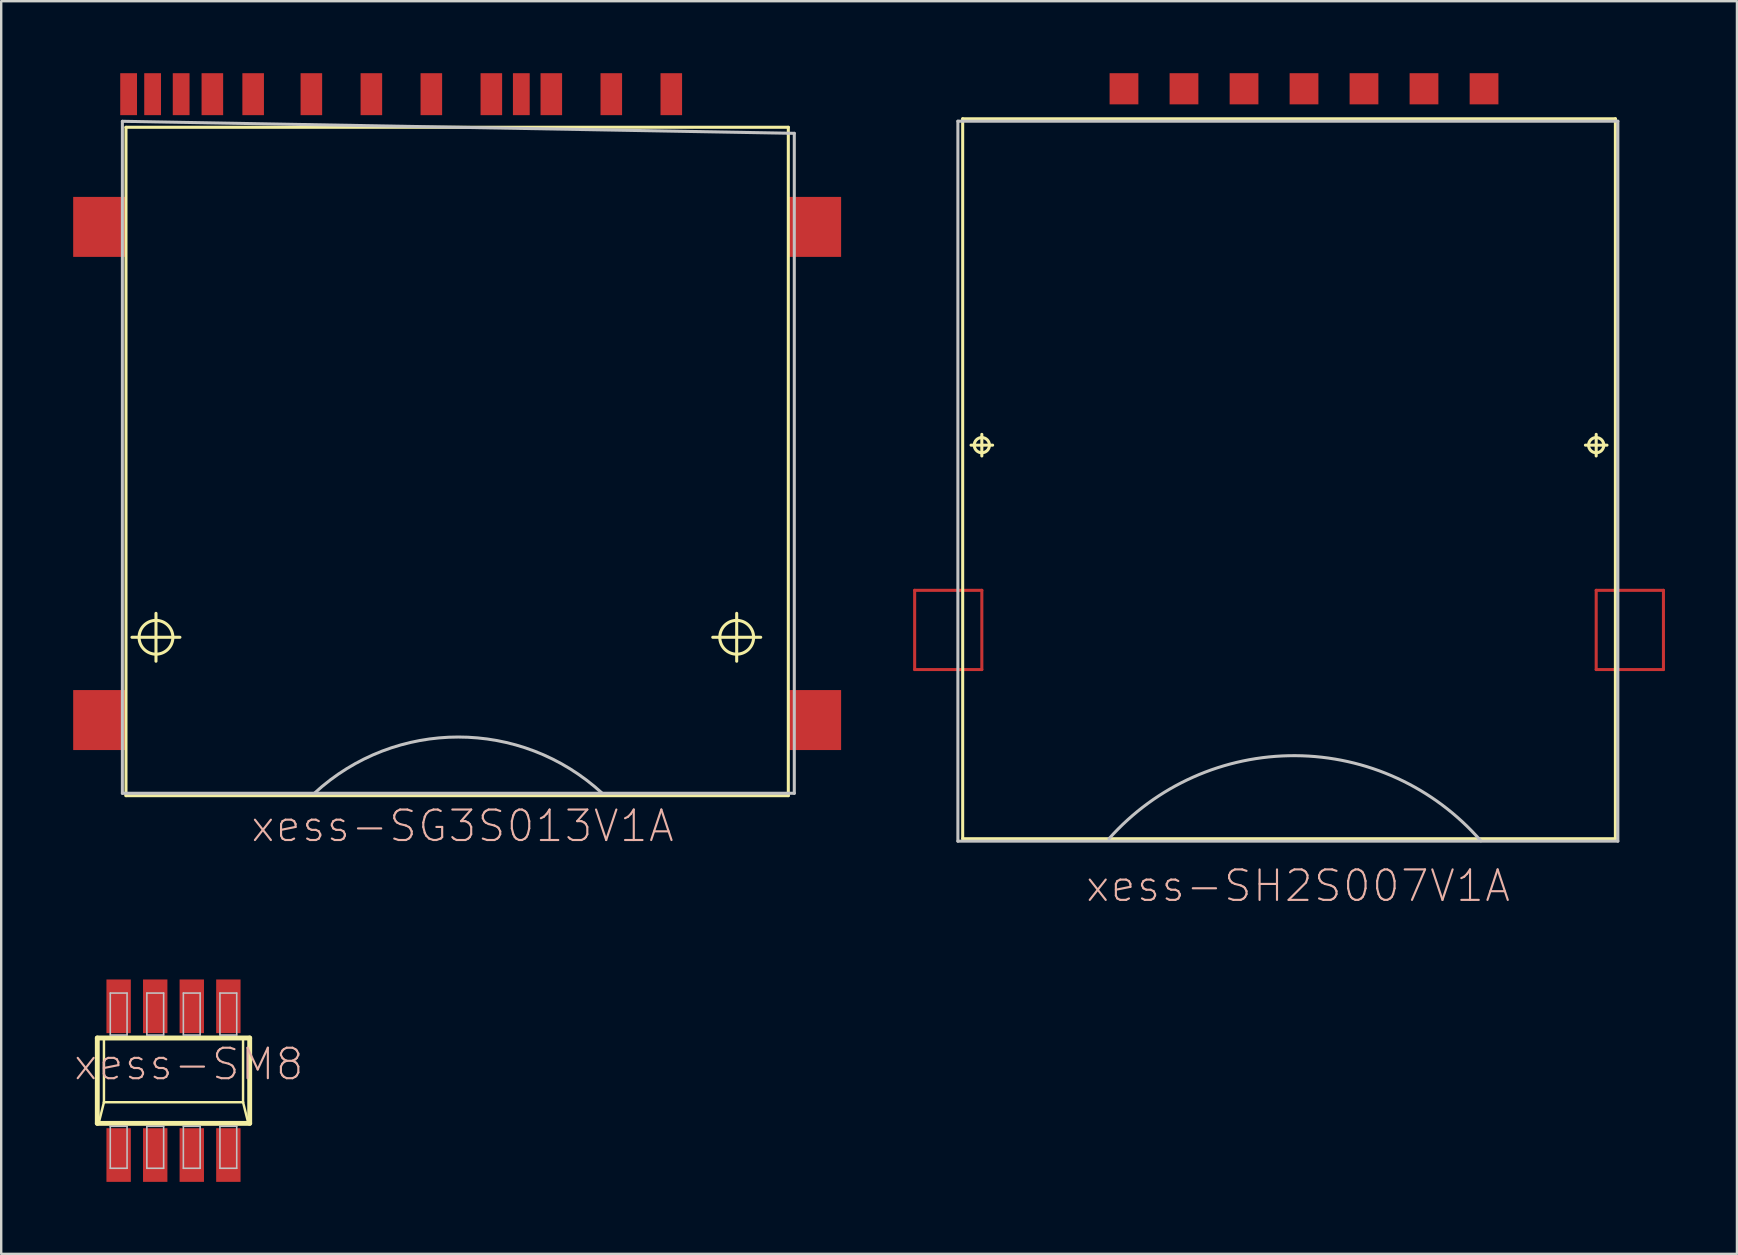
<source format=kicad_pcb>
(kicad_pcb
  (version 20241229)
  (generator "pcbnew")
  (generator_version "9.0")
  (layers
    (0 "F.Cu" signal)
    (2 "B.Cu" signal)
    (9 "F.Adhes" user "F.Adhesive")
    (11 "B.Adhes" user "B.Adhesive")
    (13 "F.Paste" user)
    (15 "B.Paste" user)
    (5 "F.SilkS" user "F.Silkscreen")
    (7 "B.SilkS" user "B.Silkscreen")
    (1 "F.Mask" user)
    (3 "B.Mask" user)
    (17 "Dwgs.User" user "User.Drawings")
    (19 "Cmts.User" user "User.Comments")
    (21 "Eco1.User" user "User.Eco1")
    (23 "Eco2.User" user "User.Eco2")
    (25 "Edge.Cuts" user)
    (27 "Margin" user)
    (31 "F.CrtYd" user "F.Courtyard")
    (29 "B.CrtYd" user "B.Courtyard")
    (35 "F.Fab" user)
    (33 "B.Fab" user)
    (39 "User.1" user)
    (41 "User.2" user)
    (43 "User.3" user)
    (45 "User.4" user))
  (footprint "xess-SG3S013V1A"
    (layer "F.Cu")
    (at 15.547 23.503)
    (property "Reference" "xess-SG3S013V1A" (at 0.673 7.864 0) (layer "B.SilkS") (effects (font (size 1.27 1.27) (thickness 0.089))))
    (attr smd)
    (fp_line (start -13.348 -21.25) (end -13.348 6.599) (stroke (width 0.127) (type solid)) (layer "F.SilkS"))
    (fp_line (start -13.348 6.599) (end 14.249 6.599) (stroke (width 0.127) (type solid)) (layer "F.SilkS"))
    (fp_line (start -13.099 0) (end -11.1 0) (stroke (width 0.127) (type solid)) (layer "F.SilkS"))
    (fp_line (start -12.098 0.998) (end -12.098 -0.998) (stroke (width 0.127) (type solid)) (layer "F.SilkS"))
    (fp_line (start 11.1 0) (end 13.099 0) (stroke (width 0.127) (type solid)) (layer "F.SilkS"))
    (fp_line (start 12.098 0.998) (end 12.098 -0.998) (stroke (width 0.127) (type solid)) (layer "F.SilkS"))
    (fp_line (start 14.249 -21.25) (end -13.348 -21.25) (stroke (width 0.127) (type solid)) (layer "F.SilkS"))
    (fp_line (start 14.249 6.599) (end 14.249 -21.25) (stroke (width 0.127) (type solid)) (layer "F.SilkS"))
    (fp_circle (center -12.098 0) (end -12.596 0.498) (stroke (width 0.127) (type solid)) (fill no) (layer "F.SilkS"))
    (fp_circle (center 12.098 0) (end 12.596 0.498) (stroke (width 0.127) (type solid)) (fill no) (layer "F.SilkS"))
    (fp_line (start -13.498 -21.499) (end -13.498 6.5) (stroke (width 0.127) (type solid)) (layer "Dwgs.User"))
    (fp_line (start -13.498 6.5) (end 14.498 6.5) (stroke (width 0.127) (type solid)) (layer "Dwgs.User"))
    (fp_line (start 14.498 -20.998) (end -13.498 -21.499) (stroke (width 0.127) (type solid)) (layer "Dwgs.User"))
    (fp_line (start 14.498 6.5) (end 14.498 -20.998) (stroke (width 0.127) (type solid)) (layer "Dwgs.User"))
    (fp_arc (start -5.4991 6.49986) (mid 0.498544 4.155995) (end 6.495815 6.500815) (stroke (width 0.127) (type solid)) (layer "Dwgs.User"))
    (pad "1" smd rect (at 6.873 -22.629) (size 0.899 1.748) (layers "F.Cu" "F.Mask" "F.Paste"))
    (pad "2" smd rect (at 4.374 -22.629) (size 0.899 1.748) (layers "F.Cu" "F.Mask" "F.Paste"))
    (pad "3" smd rect (at 1.875 -22.629) (size 0.899 1.748) (layers "F.Cu" "F.Mask" "F.Paste"))
    (pad "4" smd rect (at -0.625 -22.629) (size 0.899 1.748) (layers "F.Cu" "F.Mask" "F.Paste"))
    (pad "5" smd rect (at -3.124 -22.629) (size 0.899 1.748) (layers "F.Cu" "F.Mask" "F.Paste"))
    (pad "6" smd rect (at -5.624 -22.629) (size 0.899 1.748) (layers "F.Cu" "F.Mask" "F.Paste"))
    (pad "7" smd rect (at -8.049 -22.629) (size 0.899 1.748) (layers "F.Cu" "F.Mask" "F.Paste"))
    (pad "8" smd rect (at -9.749 -22.629) (size 0.899 1.748) (layers "F.Cu" "F.Mask" "F.Paste"))
    (pad "9" smd rect (at 9.373 -22.629) (size 0.899 1.748) (layers "F.Cu" "F.Mask" "F.Paste"))
    (pad "DT" smd rect (at 3.124 -22.629) (size 0.699 1.748) (layers "F.Cu" "F.Mask" "F.Paste"))
    (pad "DTGN" smd rect (at -11.049 -22.629) (size 0.699 1.748) (layers "F.Cu" "F.Mask" "F.Paste"))
    (pad "HD1" smd rect (at 15.349 -17.099) (size 2.2 2.499) (layers "F.Cu" "F.Mask" "F.Paste"))
    (pad "HD2" smd rect (at -14.448 -17.099) (size 2.2 2.499) (layers "F.Cu" "F.Mask" "F.Paste"))
    (pad "HD3" smd rect (at 15.349 3.449) (size 2.2 2.499) (layers "F.Cu" "F.Mask" "F.Paste"))
    (pad "HD4" smd rect (at -14.448 3.449) (size 2.2 2.499) (layers "F.Cu" "F.Mask" "F.Paste"))
    (pad "WP" smd rect (at -13.238 -22.629) (size 0.699 1.748) (layers "F.Cu" "F.Mask" "F.Paste"))
    (pad "WPGN" smd rect (at -12.238 -22.629) (size 0.699 1.748) (layers "F.Cu" "F.Mask" "F.Paste")))
  (footprint "xess-SH2S007V1A"
    (layer "F.Cu")
    (at 37.859 15.498)
    (property "Reference" "xess-SH2S007V1A" (at 13.175 18.364 0) (layer "B.SilkS") (effects (font (size 1.27 1.27) (thickness 0.089))))
    (attr smd)
    (fp_line (start -2.799 6.048) (end 0 6.048) (stroke (width 0.127) (type solid)) (layer "F.Cu"))
    (fp_line (start -2.799 9.35) (end -2.799 6.048) (stroke (width 0.127) (type solid)) (layer "F.Cu"))
    (fp_line (start 0 6.048) (end 0 9.35) (stroke (width 0.127) (type solid)) (layer "F.Cu"))
    (fp_line (start 0 9.35) (end -2.799 9.35) (stroke (width 0.127) (type solid)) (layer "F.Cu"))
    (fp_line (start 25.598 6.048) (end 28.4 6.048) (stroke (width 0.127) (type solid)) (layer "F.Cu"))
    (fp_line (start 25.598 9.35) (end 25.598 6.048) (stroke (width 0.127) (type solid)) (layer "F.Cu"))
    (fp_line (start 28.4 6.048) (end 28.4 9.35) (stroke (width 0.127) (type solid)) (layer "F.Cu"))
    (fp_line (start 28.4 9.35) (end 25.598 9.35) (stroke (width 0.127) (type solid)) (layer "F.Cu"))
    (fp_line (start -0.798 -13.599) (end 26.398 -13.599) (stroke (width 0.127) (type solid)) (layer "F.SilkS"))
    (fp_line (start -0.798 16.398) (end -0.798 -13.599) (stroke (width 0.127) (type solid)) (layer "F.SilkS"))
    (fp_line (start -0.45 0) (end 0.45 0) (stroke (width 0.127) (type solid)) (layer "F.SilkS"))
    (fp_line (start 0 0.45) (end 0 -0.45) (stroke (width 0.127) (type solid)) (layer "F.SilkS"))
    (fp_line (start 25.149 0) (end 26.048 0) (stroke (width 0.127) (type solid)) (layer "F.SilkS"))
    (fp_line (start 25.598 0.45) (end 25.598 -0.45) (stroke (width 0.127) (type solid)) (layer "F.SilkS"))
    (fp_line (start 26.398 -13.599) (end 26.398 16.398) (stroke (width 0.127) (type solid)) (layer "F.SilkS"))
    (fp_line (start 26.398 16.398) (end -0.798 16.398) (stroke (width 0.127) (type solid)) (layer "F.SilkS"))
    (fp_circle (center 0 0) (end -0.224 0.224) (stroke (width 0.127) (type solid)) (fill no) (layer "F.SilkS"))
    (fp_circle (center 25.598 0) (end 25.822 0.224) (stroke (width 0.127) (type solid)) (fill no) (layer "F.SilkS"))
    (fp_line (start -0.998 -13.498) (end -0.998 16.5) (stroke (width 0.127) (type solid)) (layer "Dwgs.User"))
    (fp_line (start -0.998 16.5) (end 26.5 16.5) (stroke (width 0.127) (type solid)) (layer "Dwgs.User"))
    (fp_line (start 26.5 -13.498) (end -0.998 -13.498) (stroke (width 0.127) (type solid)) (layer "Dwgs.User"))
    (fp_line (start 26.5 16.5) (end 26.5 -13.498) (stroke (width 0.127) (type solid)) (layer "Dwgs.User"))
    (fp_arc (start 5.29844 16.39824) (mid 13.065035 12.937846) (end 20.79067 16.488744) (stroke (width 0.127) (type solid)) (layer "Dwgs.User"))
    (pad "1" smd rect (at 5.923 -14.849) (size 1.199 1.298) (layers "F.Cu" "F.Mask" "F.Paste"))
    (pad "2" smd rect (at 8.423 -14.849) (size 1.199 1.298) (layers "F.Cu" "F.Mask" "F.Paste"))
    (pad "3" smd rect (at 10.925 -14.849) (size 1.199 1.298) (layers "F.Cu" "F.Mask" "F.Paste"))
    (pad "4" smd rect (at 13.424 -14.849) (size 1.199 1.298) (layers "F.Cu" "F.Mask" "F.Paste"))
    (pad "5" smd rect (at 15.923 -14.849) (size 1.199 1.298) (layers "F.Cu" "F.Mask" "F.Paste"))
    (pad "6" smd rect (at 18.423 -14.849) (size 1.199 1.298) (layers "F.Cu" "F.Mask" "F.Paste"))
    (pad "7" smd rect (at 20.925 -14.849) (size 1.199 1.298) (layers "F.Cu" "F.Mask" "F.Paste")))
  (footprint "xess-SM8"
    (layer "F.Cu")
    (at 4.179 41.977)
    (property "Reference" "xess-SM8" (at 0.635 -0.686 0) (layer "B.SilkS") (effects (font (size 1.27 1.27) (thickness 0.089))))
    (attr smd)
    (fp_line (start -3.175 -1.778) (end 3.175 -1.778) (stroke (width 0.203) (type solid)) (layer "F.SilkS"))
    (fp_line (start -3.175 1.778) (end -3.175 -1.778) (stroke (width 0.203) (type solid)) (layer "F.SilkS"))
    (fp_line (start -2.898 -1.699) (end -2.898 0.899) (stroke (width 0.102) (type solid)) (layer "F.SilkS"))
    (fp_line (start -2.898 0.899) (end -3.099 1.699) (stroke (width 0.102) (type solid)) (layer "F.SilkS"))
    (fp_line (start -2.898 0.899) (end 2.898 0.899) (stroke (width 0.102) (type solid)) (layer "F.SilkS"))
    (fp_line (start 2.898 0.899) (end 2.898 -1.699) (stroke (width 0.102) (type solid)) (layer "F.SilkS"))
    (fp_line (start 2.898 0.899) (end 3.099 1.699) (stroke (width 0.102) (type solid)) (layer "F.SilkS"))
    (fp_line (start 3.175 -1.778) (end 3.175 1.778) (stroke (width 0.203) (type solid)) (layer "F.SilkS"))
    (fp_line (start 3.175 1.778) (end -3.175 1.778) (stroke (width 0.203) (type solid)) (layer "F.SilkS"))
    (fp_line (start -2.634 -3.65) (end -1.935 -3.65) (stroke (width 0.066) (type solid)) (layer "Dwgs.User"))
    (fp_line (start -2.634 -1.9) (end -2.634 -3.65) (stroke (width 0.066) (type solid)) (layer "Dwgs.User"))
    (fp_line (start -2.634 -1.9) (end -1.935 -1.9) (stroke (width 0.066) (type solid)) (layer "Dwgs.User"))
    (fp_line (start -2.634 1.9) (end -1.935 1.9) (stroke (width 0.066) (type solid)) (layer "Dwgs.User"))
    (fp_line (start -2.634 3.65) (end -2.634 1.9) (stroke (width 0.066) (type solid)) (layer "Dwgs.User"))
    (fp_line (start -2.634 3.65) (end -1.935 3.65) (stroke (width 0.066) (type solid)) (layer "Dwgs.User"))
    (fp_line (start -1.935 -1.9) (end -1.935 -3.65) (stroke (width 0.066) (type solid)) (layer "Dwgs.User"))
    (fp_line (start -1.935 3.65) (end -1.935 1.9) (stroke (width 0.066) (type solid)) (layer "Dwgs.User"))
    (fp_line (start -1.11 -3.65) (end -0.411 -3.65) (stroke (width 0.066) (type solid)) (layer "Dwgs.User"))
    (fp_line (start -1.11 -1.9) (end -1.11 -3.65) (stroke (width 0.066) (type solid)) (layer "Dwgs.User"))
    (fp_line (start -1.11 -1.9) (end -0.411 -1.9) (stroke (width 0.066) (type solid)) (layer "Dwgs.User"))
    (fp_line (start -1.11 1.9) (end -0.411 1.9) (stroke (width 0.066) (type solid)) (layer "Dwgs.User"))
    (fp_line (start -1.11 3.65) (end -1.11 1.9) (stroke (width 0.066) (type solid)) (layer "Dwgs.User"))
    (fp_line (start -1.11 3.65) (end -0.411 3.65) (stroke (width 0.066) (type solid)) (layer "Dwgs.User"))
    (fp_line (start -0.411 -1.9) (end -0.411 -3.65) (stroke (width 0.066) (type solid)) (layer "Dwgs.User"))
    (fp_line (start -0.411 3.65) (end -0.411 1.9) (stroke (width 0.066) (type solid)) (layer "Dwgs.User"))
    (fp_line (start 0.411 -3.65) (end 1.11 -3.65) (stroke (width 0.066) (type solid)) (layer "Dwgs.User"))
    (fp_line (start 0.411 -1.9) (end 0.411 -3.65) (stroke (width 0.066) (type solid)) (layer "Dwgs.User"))
    (fp_line (start 0.411 -1.9) (end 1.11 -1.9) (stroke (width 0.066) (type solid)) (layer "Dwgs.User"))
    (fp_line (start 0.411 1.9) (end 1.11 1.9) (stroke (width 0.066) (type solid)) (layer "Dwgs.User"))
    (fp_line (start 0.411 3.65) (end 0.411 1.9) (stroke (width 0.066) (type solid)) (layer "Dwgs.User"))
    (fp_line (start 0.411 3.65) (end 1.11 3.65) (stroke (width 0.066) (type solid)) (layer "Dwgs.User"))
    (fp_line (start 1.11 -1.9) (end 1.11 -3.65) (stroke (width 0.066) (type solid)) (layer "Dwgs.User"))
    (fp_line (start 1.11 3.65) (end 1.11 1.9) (stroke (width 0.066) (type solid)) (layer "Dwgs.User"))
    (fp_line (start 1.935 -3.65) (end 2.634 -3.65) (stroke (width 0.066) (type solid)) (layer "Dwgs.User"))
    (fp_line (start 1.935 -1.9) (end 1.935 -3.65) (stroke (width 0.066) (type solid)) (layer "Dwgs.User"))
    (fp_line (start 1.935 -1.9) (end 2.634 -1.9) (stroke (width 0.066) (type solid)) (layer "Dwgs.User"))
    (fp_line (start 1.935 1.9) (end 2.634 1.9) (stroke (width 0.066) (type solid)) (layer "Dwgs.User"))
    (fp_line (start 1.935 3.65) (end 1.935 1.9) (stroke (width 0.066) (type solid)) (layer "Dwgs.User"))
    (fp_line (start 1.935 3.65) (end 2.634 3.65) (stroke (width 0.066) (type solid)) (layer "Dwgs.User"))
    (fp_line (start 2.634 -1.9) (end 2.634 -3.65) (stroke (width 0.066) (type solid)) (layer "Dwgs.User"))
    (fp_line (start 2.634 3.65) (end 2.634 1.9) (stroke (width 0.066) (type solid)) (layer "Dwgs.User"))
    (pad "1" smd rect (at -2.286 3.099) (size 1.016 2.235) (layers "F.Cu" "F.Mask" "F.Paste"))
    (pad "2" smd rect (at -0.762 3.099) (size 1.016 2.235) (layers "F.Cu" "F.Mask" "F.Paste"))
    (pad "3" smd rect (at 0.762 3.099) (size 1.016 2.235) (layers "F.Cu" "F.Mask" "F.Paste"))
    (pad "4" smd rect (at 2.286 3.099) (size 1.016 2.235) (layers "F.Cu" "F.Mask" "F.Paste"))
    (pad "5" smd rect (at 2.286 -3.099) (size 1.016 2.235) (layers "F.Cu" "F.Mask" "F.Paste"))
    (pad "6" smd rect (at 0.762 -3.099) (size 1.016 2.235) (layers "F.Cu" "F.Mask" "F.Paste"))
    (pad "7" smd rect (at -0.762 -3.099) (size 1.016 2.235) (layers "F.Cu" "F.Mask" "F.Paste"))
    (pad "8" smd rect (at -2.286 -3.099) (size 1.016 2.235) (layers "F.Cu" "F.Mask" "F.Paste")))
  (gr_rect
    (start -3 -3)
    (end 69.322 49.194)
    (stroke (width 0.1) (type default))
    (fill no)
    (layer "Edge.Cuts")))
</source>
